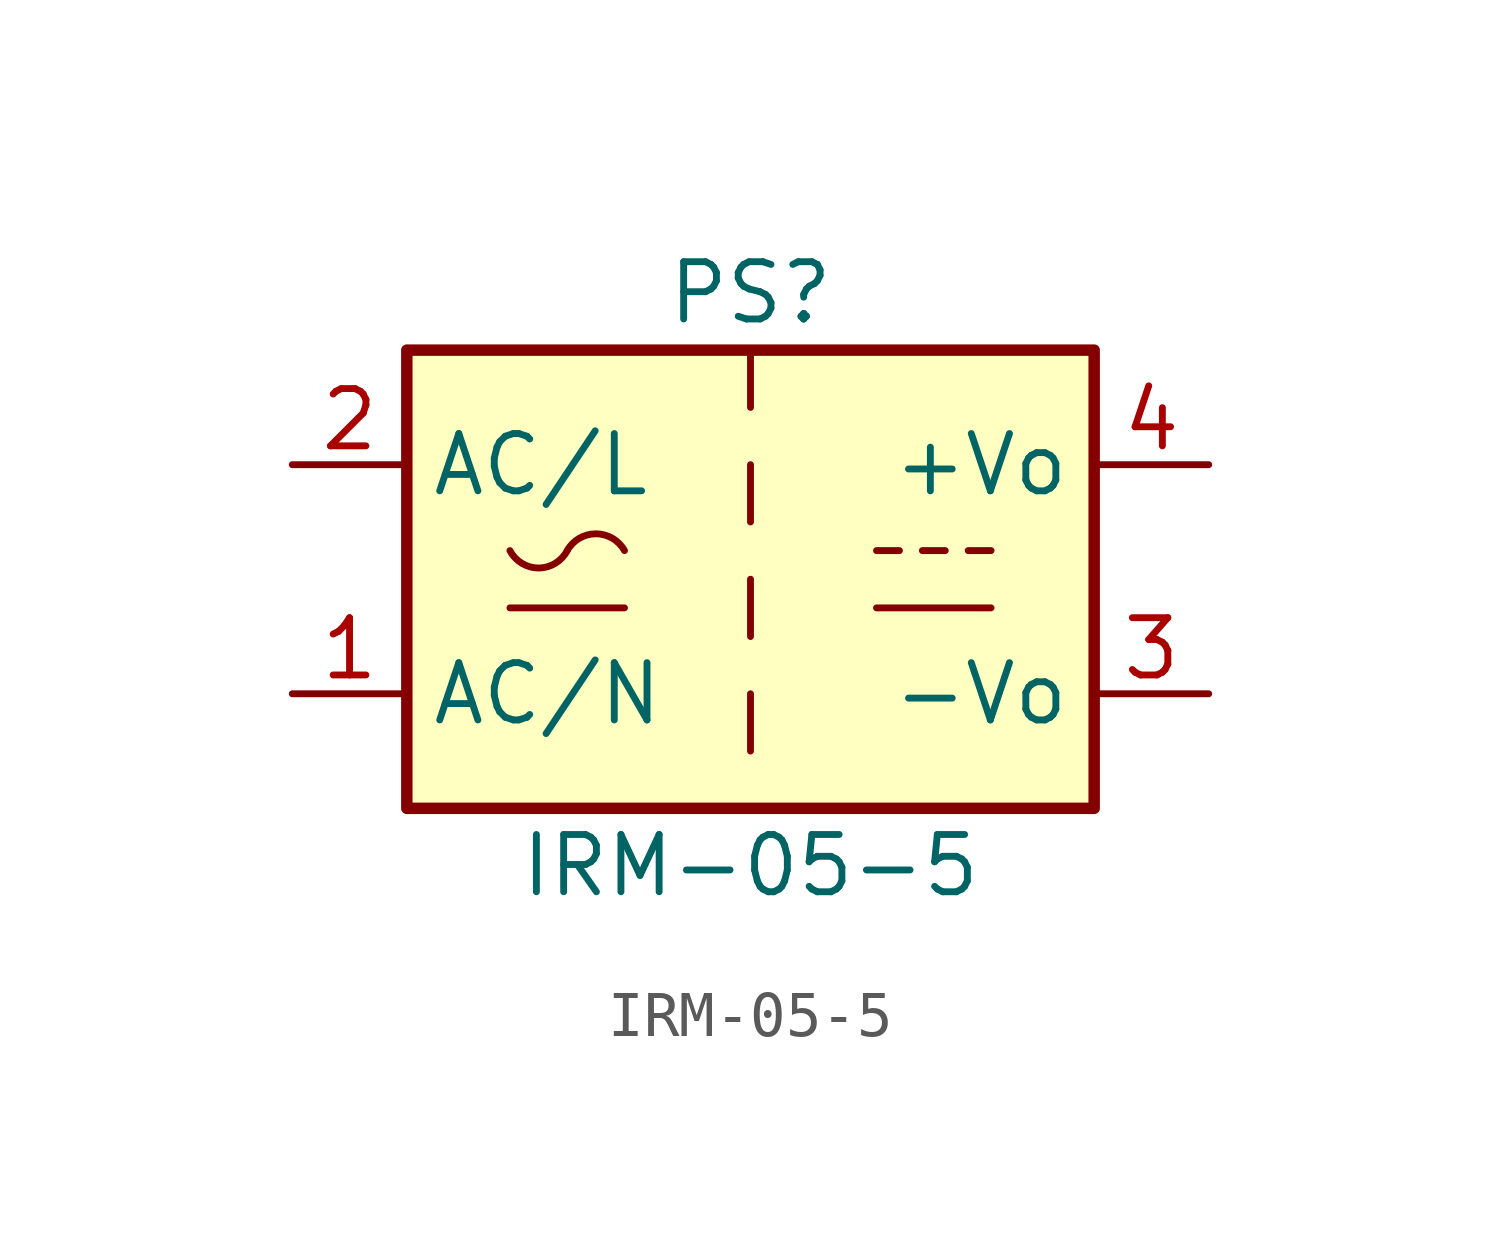
<source format=kicad_sym>
(kicad_symbol_lib
  (version 20211014)
  (generator kicad_symbol_editor)
  (symbol "IRM-05-5"
    (property "Reference" "PS"
      (at 0 6.35 0)
      (effects (font (size 1.27 1.27))))
    (property "Value" "IRM-05-5"
      (at 0 -6.35 0)
      (effects (font (size 1.27 1.27))))
    (symbol "IRM-05-5_0_1"
      (rectangle (start -7.62 5.08) (end 7.62 -5.08) (stroke (width 0.254) (type default) (color 0 0 0 0)) (fill (type background)))
      (arc (start -5.334 0.635) (mid -4.699 0.2495) (end -4.064 0.635) (stroke (width 0) (type default) (color 0 0 0 0)) (fill (type none)))
      (arc (start -2.794 0.635) (mid -3.429 1.0072) (end -4.064 0.635) (stroke (width 0) (type default) (color 0 0 0 0)) (fill (type none)))
      (polyline (pts (xy -5.334 -0.635) (xy -2.794 -0.635)) (stroke (width 0) (type default) (color 0 0 0 0)) (fill (type none)))
      (polyline (pts (xy 0 -2.54) (xy 0 -3.81)) (stroke (width 0) (type default) (color 0 0 0 0)) (fill (type none)))
      (polyline (pts (xy 0 0) (xy 0 -1.27)) (stroke (width 0) (type default) (color 0 0 0 0)) (fill (type none)))
      (polyline (pts (xy 0 2.54) (xy 0 1.27)) (stroke (width 0) (type default) (color 0 0 0 0)) (fill (type none)))
      (polyline (pts (xy 0 5.08) (xy 0 3.81)) (stroke (width 0) (type default) (color 0 0 0 0)) (fill (type none)))
      (polyline (pts (xy 2.794 -0.635) (xy 5.334 -0.635)) (stroke (width 0) (type default) (color 0 0 0 0)) (fill (type none)))
      (polyline (pts (xy 2.794 0.635) (xy 3.302 0.635)) (stroke (width 0) (type default) (color 0 0 0 0)) (fill (type none)))
      (polyline (pts (xy 3.81 0.635) (xy 4.318 0.635)) (stroke (width 0) (type default) (color 0 0 0 0)) (fill (type none)))
      (polyline (pts (xy 4.826 0.635) (xy 5.334 0.635)) (stroke (width 0) (type default) (color 0 0 0 0)) (fill (type none))))
    (symbol "IRM-05-5_1_1"
      (pin power_in line (at -10.16 -2.54 0) (length 2.54) (name "AC/N" (effects (font (size 1.27 1.27)))) (number "1" (effects (font (size 1.27 1.27)))))
      (pin power_in line (at -10.16 2.54 0) (length 2.54) (name "AC/L" (effects (font (size 1.27 1.27)))) (number "2" (effects (font (size 1.27 1.27)))))
      (pin power_out line (at 10.16 -2.54 180) (length 2.54) (name "-Vo" (effects (font (size 1.27 1.27)))) (number "3" (effects (font (size 1.27 1.27)))))
      (pin power_out line (at 10.16 2.54 180) (length 2.54) (name "+Vo" (effects (font (size 1.27 1.27)))) (number "4" (effects (font (size 1.27 1.27))))))))
</source>
